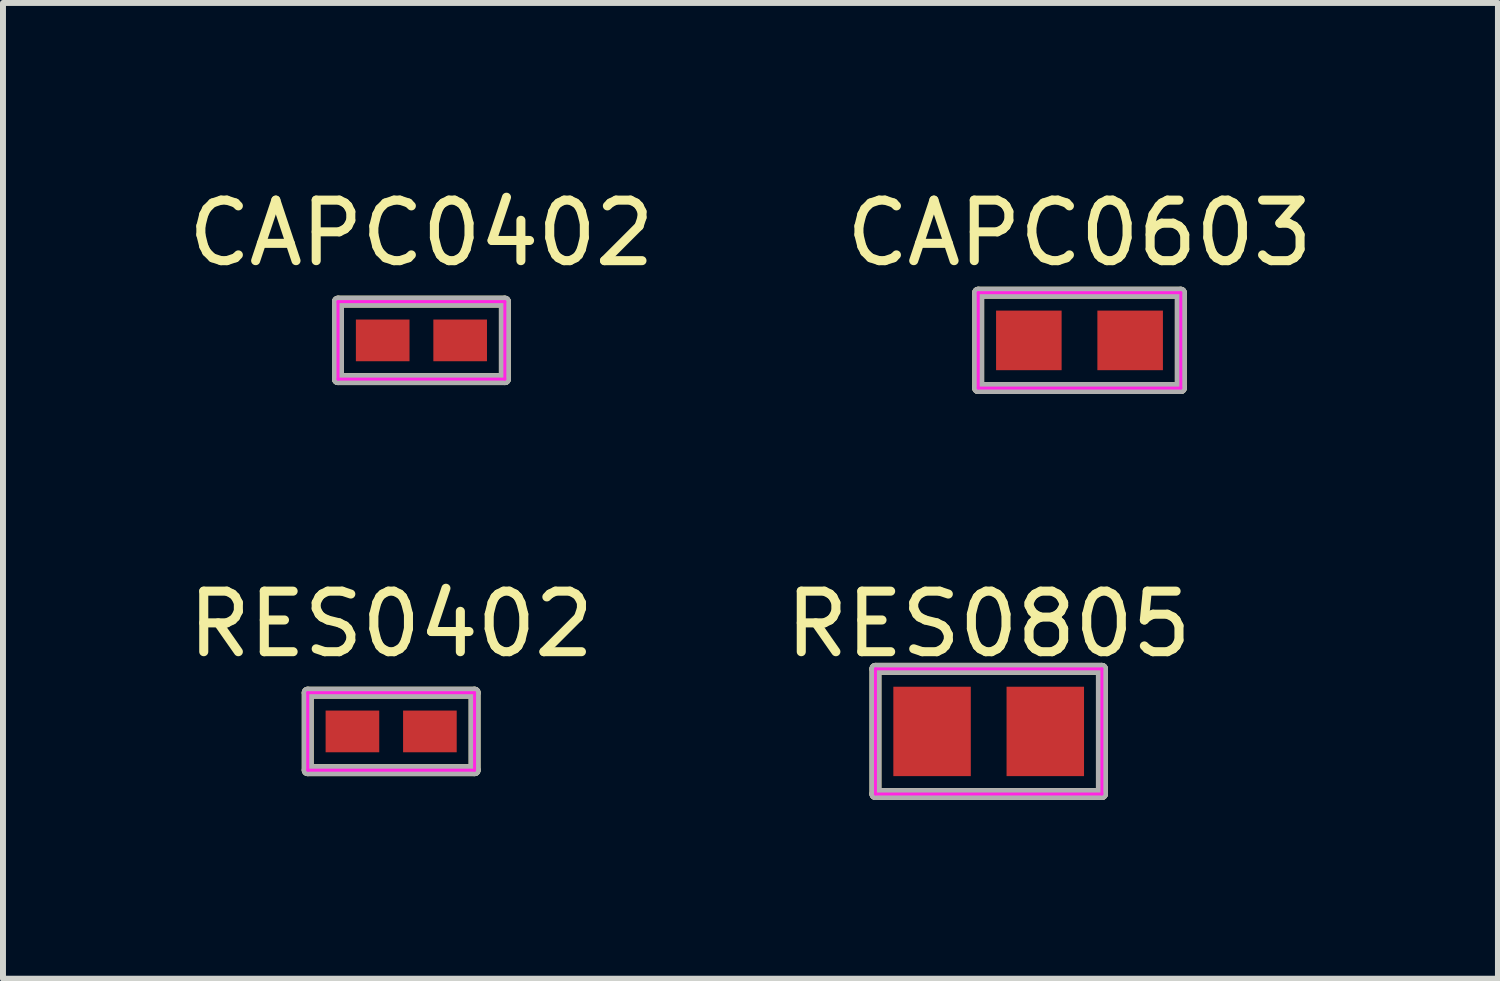
<source format=kicad_pcb>
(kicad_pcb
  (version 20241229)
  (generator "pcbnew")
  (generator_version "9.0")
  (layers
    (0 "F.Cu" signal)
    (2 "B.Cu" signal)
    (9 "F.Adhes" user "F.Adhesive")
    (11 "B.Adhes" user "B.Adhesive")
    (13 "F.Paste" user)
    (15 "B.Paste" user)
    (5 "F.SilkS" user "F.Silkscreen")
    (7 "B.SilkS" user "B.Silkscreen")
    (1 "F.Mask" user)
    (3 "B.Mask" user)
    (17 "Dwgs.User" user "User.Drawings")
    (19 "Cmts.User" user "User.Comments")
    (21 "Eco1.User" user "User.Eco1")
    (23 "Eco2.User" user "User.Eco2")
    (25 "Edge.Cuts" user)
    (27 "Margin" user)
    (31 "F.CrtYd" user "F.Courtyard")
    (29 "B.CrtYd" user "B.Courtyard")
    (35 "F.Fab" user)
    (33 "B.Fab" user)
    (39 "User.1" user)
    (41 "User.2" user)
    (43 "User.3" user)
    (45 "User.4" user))
  (footprint "CAPC0603"
    (layer "F.Cu")
    (at 15.065 2.662)
    (property "Reference" "CAPC0603" (at 0 -1.8 0) (unlocked yes) (layer "F.SilkS") (effects (font (size 1.016 1.016) (thickness 0.152))))
    (property "Value" "${VALUE}" (at 0 0 0) (unlocked yes) (layer "F.Fab") (hide yes) (effects (font (size 1 1) (thickness 0.15))))
    (attr smd)
    (fp_line (start -1.7 -0.8) (end 1.7 -0.8) (stroke (width 0.2) (type default)) (layer "F.SilkS"))
    (fp_line (start -1.7 0.8) (end -1.7 -0.8) (stroke (width 0.2) (type default)) (layer "F.SilkS"))
    (fp_line (start 1.7 -0.8) (end 1.7 0.8) (stroke (width 0.2) (type default)) (layer "F.SilkS"))
    (fp_line (start 1.7 0.8) (end -1.7 0.8) (stroke (width 0.2) (type default)) (layer "F.SilkS"))
    (fp_line (start -1.7 -0.8) (end -1.7 0.8) (stroke (width 0.05) (type default)) (layer "F.CrtYd"))
    (fp_line (start -1.7 0.8) (end 1.7 0.8) (stroke (width 0.05) (type default)) (layer "F.CrtYd"))
    (fp_line (start 1.7 -0.8) (end -1.7 -0.8) (stroke (width 0.05) (type default)) (layer "F.CrtYd"))
    (fp_line (start 1.7 0.8) (end 1.7 -0.8) (stroke (width 0.05) (type default)) (layer "F.CrtYd"))
    (fp_line (start -1.7 -0.8) (end -1.7 0.8) (stroke (width 0.2) (type default)) (layer "F.Fab"))
    (fp_line (start -1.7 0.8) (end 1.7 0.8) (stroke (width 0.2) (type default)) (layer "F.Fab"))
    (fp_line (start 1.7 -0.8) (end -1.7 -0.8) (stroke (width 0.2) (type default)) (layer "F.Fab"))
    (fp_line (start 1.7 0.8) (end 1.7 -0.8) (stroke (width 0.2) (type default)) (layer "F.Fab"))
    (pad "1" smd rect (at -0.85 0) (size 1.1 1) (layers "F.Cu" "F.Mask" "F.Paste"))
    (pad "2" smd rect (at 0.85 0) (size 1.1 1) (layers "F.Cu" "F.Mask" "F.Paste")))
  (footprint "RES0402"
    (layer "F.Cu")
    (at 3.514 9.224)
    (property "Reference" "RES0402" (at 0 -1.8 0) (unlocked yes) (layer "F.SilkS") (effects (font (size 1.016 1.016) (thickness 0.152))))
    (property "Value" "${VALUE}" (at 0 0 0) (unlocked yes) (layer "F.Fab") (hide yes) (effects (font (size 1 1) (thickness 0.15))))
    (attr smd)
    (fp_line (start -1.4 -0.65) (end 1.4 -0.65) (stroke (width 0.2) (type default)) (layer "F.SilkS"))
    (fp_line (start -1.4 0.65) (end -1.4 -0.65) (stroke (width 0.2) (type default)) (layer "F.SilkS"))
    (fp_line (start 1.4 -0.65) (end 1.4 0.65) (stroke (width 0.2) (type default)) (layer "F.SilkS"))
    (fp_line (start 1.4 0.65) (end -1.4 0.65) (stroke (width 0.2) (type default)) (layer "F.SilkS"))
    (fp_line (start -1.4 -0.65) (end 1.4 -0.65) (stroke (width 0.05) (type default)) (layer "F.CrtYd"))
    (fp_line (start -1.4 0.65) (end -1.4 -0.65) (stroke (width 0.05) (type default)) (layer "F.CrtYd"))
    (fp_line (start 1.4 -0.65) (end 1.4 0.65) (stroke (width 0.05) (type default)) (layer "F.CrtYd"))
    (fp_line (start 1.4 0.65) (end -1.4 0.65) (stroke (width 0.05) (type default)) (layer "F.CrtYd"))
    (fp_line (start -1.4 -0.65) (end 1.4 -0.65) (stroke (width 0.2) (type default)) (layer "F.Fab"))
    (fp_line (start -1.4 0.65) (end -1.4 -0.65) (stroke (width 0.2) (type default)) (layer "F.Fab"))
    (fp_line (start 1.4 -0.65) (end 1.4 0.65) (stroke (width 0.2) (type default)) (layer "F.Fab"))
    (fp_line (start 1.4 0.65) (end -1.4 0.65) (stroke (width 0.2) (type default)) (layer "F.Fab"))
    (pad "1" smd rect (at -0.65 0) (size 0.9 0.7) (layers "F.Cu" "F.Mask" "F.Paste"))
    (pad "2" smd rect (at 0.65 0) (size 0.9 0.7) (layers "F.Cu" "F.Mask" "F.Paste")))
  (footprint "RES0805"
    (layer "F.Cu")
    (at 13.541 9.224)
    (property "Reference" "RES0805" (at 0 -1.8 0) (unlocked yes) (layer "F.SilkS") (effects (font (size 1.016 1.016) (thickness 0.152))))
    (property "Value" "${VALUE}" (at 0 0 0) (unlocked yes) (layer "F.Fab") (hide yes) (effects (font (size 1 1) (thickness 0.15))))
    (attr smd)
    (fp_line (start -1.9 -1.05) (end 1.9 -1.05) (stroke (width 0.2) (type default)) (layer "F.SilkS"))
    (fp_line (start -1.9 1.05) (end -1.9 -1.05) (stroke (width 0.2) (type default)) (layer "F.SilkS"))
    (fp_line (start 1.9 -1.05) (end 1.9 1.05) (stroke (width 0.2) (type default)) (layer "F.SilkS"))
    (fp_line (start 1.9 1.05) (end -1.9 1.05) (stroke (width 0.2) (type default)) (layer "F.SilkS"))
    (fp_line (start -1.9 -1.05) (end 1.9 -1.05) (stroke (width 0.05) (type default)) (layer "F.CrtYd"))
    (fp_line (start -1.9 1.05) (end -1.9 -1.05) (stroke (width 0.05) (type default)) (layer "F.CrtYd"))
    (fp_line (start 1.9 -1.05) (end 1.9 1.05) (stroke (width 0.05) (type default)) (layer "F.CrtYd"))
    (fp_line (start 1.9 1.05) (end -1.9 1.05) (stroke (width 0.05) (type default)) (layer "F.CrtYd"))
    (fp_line (start -1.9 -1.05) (end 1.9 -1.05) (stroke (width 0.2) (type default)) (layer "F.Fab"))
    (fp_line (start -1.9 1.05) (end -1.9 -1.05) (stroke (width 0.2) (type default)) (layer "F.Fab"))
    (fp_line (start 1.9 -1.05) (end 1.9 1.05) (stroke (width 0.2) (type default)) (layer "F.Fab"))
    (fp_line (start 1.9 1.05) (end -1.9 1.05) (stroke (width 0.2) (type default)) (layer "F.Fab"))
    (pad "1" smd rect (at -0.95 0) (size 1.3 1.5) (layers "F.Cu" "F.Mask" "F.Paste"))
    (pad "2" smd rect (at 0.95 0) (size 1.3 1.5) (layers "F.Cu" "F.Mask" "F.Paste")))
  (footprint "CAPC0402"
    (layer "F.Cu")
    (at 4.022 2.662)
    (property "Reference" "CAPC0402" (at 0 -1.8 0) (unlocked yes) (layer "F.SilkS") (effects (font (size 1.016 1.016) (thickness 0.152))))
    (property "Value" "${VALUE}" (at 0 0 0) (unlocked yes) (layer "F.Fab") (hide yes) (effects (font (size 1 1) (thickness 0.15))))
    (attr smd)
    (fp_line (start -1.4 -0.65) (end 1.4 -0.65) (stroke (width 0.2) (type default)) (layer "F.SilkS"))
    (fp_line (start -1.4 0.65) (end -1.4 -0.65) (stroke (width 0.2) (type default)) (layer "F.SilkS"))
    (fp_line (start 1.4 -0.65) (end 1.4 0.65) (stroke (width 0.2) (type default)) (layer "F.SilkS"))
    (fp_line (start 1.4 0.65) (end -1.4 0.65) (stroke (width 0.2) (type default)) (layer "F.SilkS"))
    (fp_line (start -1.4 -0.65) (end 1.4 -0.65) (stroke (width 0.05) (type default)) (layer "F.CrtYd"))
    (fp_line (start -1.4 0.65) (end -1.4 -0.65) (stroke (width 0.05) (type default)) (layer "F.CrtYd"))
    (fp_line (start 1.4 -0.65) (end 1.4 0.65) (stroke (width 0.05) (type default)) (layer "F.CrtYd"))
    (fp_line (start 1.4 0.65) (end -1.4 0.65) (stroke (width 0.05) (type default)) (layer "F.CrtYd"))
    (fp_line (start -1.4 -0.65) (end 1.4 -0.65) (stroke (width 0.2) (type default)) (layer "F.Fab"))
    (fp_line (start -1.4 0.65) (end -1.4 -0.65) (stroke (width 0.2) (type default)) (layer "F.Fab"))
    (fp_line (start 1.4 -0.65) (end 1.4 0.65) (stroke (width 0.2) (type default)) (layer "F.Fab"))
    (fp_line (start 1.4 0.65) (end -1.4 0.65) (stroke (width 0.2) (type default)) (layer "F.Fab"))
    (pad "1" smd rect (at -0.65 0) (size 0.9 0.7) (layers "F.Cu" "F.Mask" "F.Paste"))
    (pad "2" smd rect (at 0.65 0) (size 0.9 0.7) (layers "F.Cu" "F.Mask" "F.Paste")))
  (gr_rect
    (start -3 -3)
    (end 22.087 13.374)
    (stroke (width 0.1) (type default))
    (fill no)
    (layer "Edge.Cuts")))
</source>
